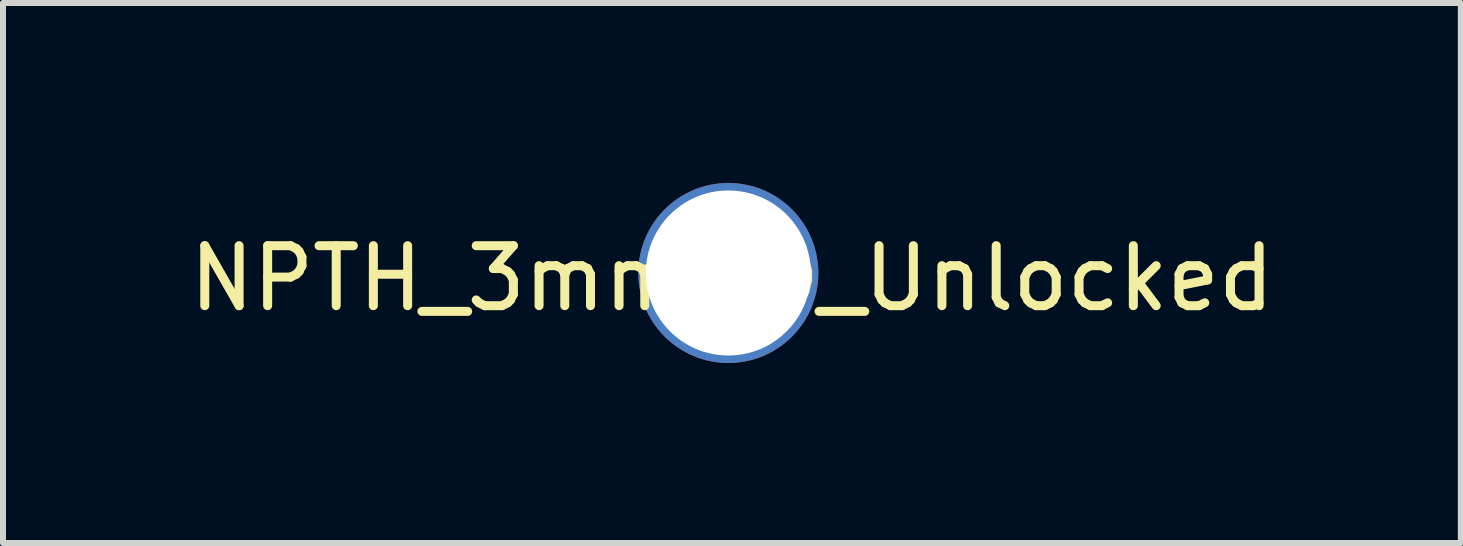
<source format=kicad_pcb>
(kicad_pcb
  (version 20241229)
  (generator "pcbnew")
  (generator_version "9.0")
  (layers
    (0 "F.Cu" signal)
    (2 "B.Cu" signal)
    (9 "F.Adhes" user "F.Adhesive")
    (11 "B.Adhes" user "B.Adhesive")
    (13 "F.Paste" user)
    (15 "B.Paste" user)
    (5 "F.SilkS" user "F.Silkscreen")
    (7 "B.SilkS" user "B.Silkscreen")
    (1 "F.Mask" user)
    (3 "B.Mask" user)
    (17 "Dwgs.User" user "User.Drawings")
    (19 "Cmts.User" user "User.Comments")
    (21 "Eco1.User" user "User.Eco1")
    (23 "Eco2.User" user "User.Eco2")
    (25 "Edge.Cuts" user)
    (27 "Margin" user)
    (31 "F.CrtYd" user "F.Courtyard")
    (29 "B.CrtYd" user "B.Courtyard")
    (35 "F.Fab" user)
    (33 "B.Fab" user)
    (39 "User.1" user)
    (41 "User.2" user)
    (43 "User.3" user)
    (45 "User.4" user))
  (footprint "NPTH_3mm_ID_Unlocked"
    (layer "F.Cu")
    (at 9.089 1.5)
    (property "Reference" "NPTH_3mm_ID_Unlocked" (at 0.06 0.09 0) (layer "F.SilkS") (effects (font (size 1 1) (thickness 0.15))))
    (attr through_hole)
    (pad "" np_thru_hole circle (at 0 0) (size 3 3) (drill 2.75) (layers "*.Cu" "*.Mask")))
  (gr_rect
    (start -3 -3)
    (end 21.298 6)
    (stroke (width 0.1) (type default))
    (fill no)
    (layer "Edge.Cuts")))
</source>
